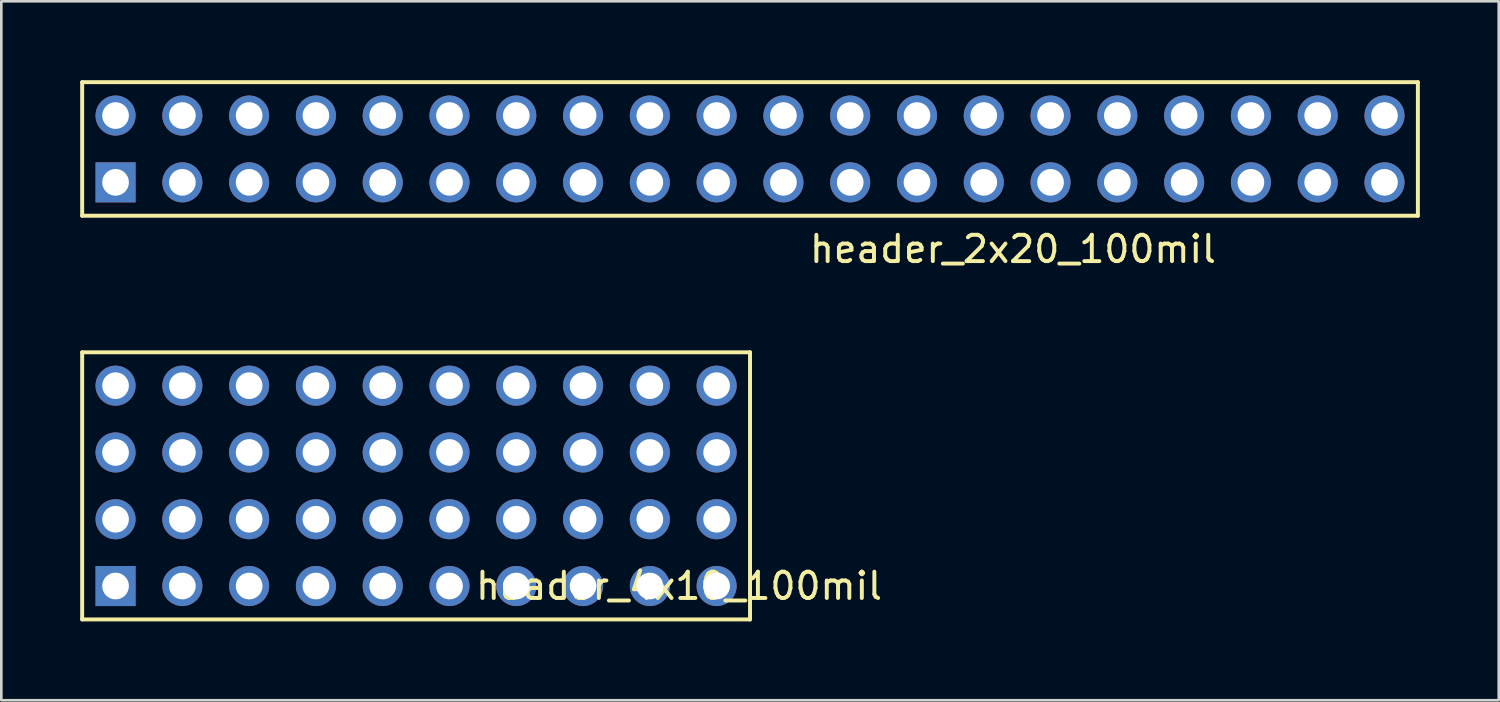
<source format=kicad_pcb>
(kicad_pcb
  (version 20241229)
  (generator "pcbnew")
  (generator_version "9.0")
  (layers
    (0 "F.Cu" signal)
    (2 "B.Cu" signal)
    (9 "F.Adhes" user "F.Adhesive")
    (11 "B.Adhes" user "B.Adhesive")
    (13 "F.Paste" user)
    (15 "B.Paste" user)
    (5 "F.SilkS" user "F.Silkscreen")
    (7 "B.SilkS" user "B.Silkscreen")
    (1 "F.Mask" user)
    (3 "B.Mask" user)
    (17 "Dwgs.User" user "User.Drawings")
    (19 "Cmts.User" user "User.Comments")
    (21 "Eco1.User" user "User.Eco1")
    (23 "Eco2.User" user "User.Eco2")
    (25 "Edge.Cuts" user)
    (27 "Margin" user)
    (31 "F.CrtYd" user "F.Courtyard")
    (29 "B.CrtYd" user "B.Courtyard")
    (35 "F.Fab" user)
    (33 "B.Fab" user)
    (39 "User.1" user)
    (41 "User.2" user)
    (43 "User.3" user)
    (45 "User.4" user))
  (footprint "header_2x20_100mil"
    (layer "F.Cu")
    (at 25.475 2.615)
    (property "Reference" "header_2x20_100mil" (at 10 3.81 0) (layer "F.SilkS") (effects (font (size 1 1) (thickness 0.15))))
    (attr through_hole)
    (fp_line (start -25.4 -2.54) (end 25.4 -2.54) (stroke (width 0.15) (type solid)) (layer "F.SilkS"))
    (fp_line (start -25.4 2.54) (end -25.4 -2.54) (stroke (width 0.15) (type solid)) (layer "F.SilkS"))
    (fp_line (start 25.4 2.54) (end -25.4 2.54) (stroke (width 0.15) (type solid)) (layer "F.SilkS"))
    (fp_line (start 25.4 2.54) (end 25.4 -2.54) (stroke (width 0.15) (type solid)) (layer "F.SilkS"))
    (pad "1" thru_hole rect (at -24.13 1.27) (size 1.524 1.524) (drill 1.016) (layers "*.Cu" "*.Mask"))
    (pad "2" thru_hole circle (at -24.13 -1.27) (size 1.524 1.524) (drill 1.016) (layers "*.Cu" "*.Mask"))
    (pad "3" thru_hole circle (at -21.59 1.27) (size 1.524 1.524) (drill 1.016) (layers "*.Cu" "*.Mask"))
    (pad "4" thru_hole circle (at -21.59 -1.27) (size 1.524 1.524) (drill 1.016) (layers "*.Cu" "*.Mask"))
    (pad "5" thru_hole circle (at -19.05 1.27) (size 1.524 1.524) (drill 1.016) (layers "*.Cu" "*.Mask"))
    (pad "6" thru_hole circle (at -19.05 -1.27) (size 1.524 1.524) (drill 1.016) (layers "*.Cu" "*.Mask"))
    (pad "7" thru_hole circle (at -16.51 1.27) (size 1.524 1.524) (drill 1.016) (layers "*.Cu" "*.Mask"))
    (pad "8" thru_hole circle (at -16.51 -1.27) (size 1.524 1.524) (drill 1.016) (layers "*.Cu" "*.Mask"))
    (pad "9" thru_hole circle (at -13.97 1.27) (size 1.524 1.524) (drill 1.016) (layers "*.Cu" "*.Mask"))
    (pad "10" thru_hole circle (at -13.97 -1.27) (size 1.524 1.524) (drill 1.016) (layers "*.Cu" "*.Mask"))
    (pad "11" thru_hole circle (at -11.43 1.27) (size 1.524 1.524) (drill 1.016) (layers "*.Cu" "*.Mask"))
    (pad "12" thru_hole circle (at -11.43 -1.27) (size 1.524 1.524) (drill 1.016) (layers "*.Cu" "*.Mask"))
    (pad "13" thru_hole circle (at -8.89 1.27) (size 1.524 1.524) (drill 1.016) (layers "*.Cu" "*.Mask"))
    (pad "14" thru_hole circle (at -8.89 -1.27) (size 1.524 1.524) (drill 1.016) (layers "*.Cu" "*.Mask"))
    (pad "15" thru_hole circle (at -6.35 1.27) (size 1.524 1.524) (drill 1.016) (layers "*.Cu" "*.Mask"))
    (pad "16" thru_hole circle (at -6.35 -1.27) (size 1.524 1.524) (drill 1.016) (layers "*.Cu" "*.Mask"))
    (pad "17" thru_hole circle (at -3.81 1.27) (size 1.524 1.524) (drill 1.016) (layers "*.Cu" "*.Mask"))
    (pad "18" thru_hole circle (at -3.81 -1.27) (size 1.524 1.524) (drill 1.016) (layers "*.Cu" "*.Mask"))
    (pad "19" thru_hole circle (at -1.27 1.27) (size 1.524 1.524) (drill 1.016) (layers "*.Cu" "*.Mask"))
    (pad "20" thru_hole circle (at -1.27 -1.27) (size 1.524 1.524) (drill 1.016) (layers "*.Cu" "*.Mask"))
    (pad "21" thru_hole circle (at 1.27 1.27) (size 1.524 1.524) (drill 1.016) (layers "*.Cu" "*.Mask"))
    (pad "22" thru_hole circle (at 1.27 -1.27) (size 1.524 1.524) (drill 1.016) (layers "*.Cu" "*.Mask"))
    (pad "23" thru_hole circle (at 3.81 1.27) (size 1.524 1.524) (drill 1.016) (layers "*.Cu" "*.Mask"))
    (pad "24" thru_hole circle (at 3.81 -1.27) (size 1.524 1.524) (drill 1.016) (layers "*.Cu" "*.Mask"))
    (pad "25" thru_hole circle (at 6.35 1.27) (size 1.524 1.524) (drill 1.016) (layers "*.Cu" "*.Mask"))
    (pad "26" thru_hole circle (at 6.35 -1.27) (size 1.524 1.524) (drill 1.016) (layers "*.Cu" "*.Mask"))
    (pad "27" thru_hole circle (at 8.89 1.27) (size 1.524 1.524) (drill 1.016) (layers "*.Cu" "*.Mask"))
    (pad "28" thru_hole circle (at 8.89 -1.27) (size 1.524 1.524) (drill 1.016) (layers "*.Cu" "*.Mask"))
    (pad "29" thru_hole circle (at 11.43 1.27) (size 1.524 1.524) (drill 1.016) (layers "*.Cu" "*.Mask"))
    (pad "30" thru_hole circle (at 11.43 -1.27) (size 1.524 1.524) (drill 1.016) (layers "*.Cu" "*.Mask"))
    (pad "31" thru_hole circle (at 13.97 1.27) (size 1.524 1.524) (drill 1.016) (layers "*.Cu" "*.Mask"))
    (pad "32" thru_hole circle (at 13.97 -1.27) (size 1.524 1.524) (drill 1.016) (layers "*.Cu" "*.Mask"))
    (pad "33" thru_hole circle (at 16.51 1.27) (size 1.524 1.524) (drill 1.016) (layers "*.Cu" "*.Mask"))
    (pad "34" thru_hole circle (at 16.51 -1.27) (size 1.524 1.524) (drill 1.016) (layers "*.Cu" "*.Mask"))
    (pad "35" thru_hole circle (at 19.05 1.27) (size 1.524 1.524) (drill 1.016) (layers "*.Cu" "*.Mask"))
    (pad "36" thru_hole circle (at 19.05 -1.27) (size 1.524 1.524) (drill 1.016) (layers "*.Cu" "*.Mask"))
    (pad "37" thru_hole circle (at 21.59 1.27) (size 1.524 1.524) (drill 1.016) (layers "*.Cu" "*.Mask"))
    (pad "38" thru_hole circle (at 21.59 -1.27) (size 1.524 1.524) (drill 1.016) (layers "*.Cu" "*.Mask"))
    (pad "39" thru_hole circle (at 24.13 1.27) (size 1.524 1.524) (drill 1.016) (layers "*.Cu" "*.Mask"))
    (pad "40" thru_hole circle (at 24.13 -1.27) (size 1.524 1.524) (drill 1.016) (layers "*.Cu" "*.Mask")))
  (footprint "header_4x10_100mil"
    (layer "F.Cu")
    (at 12.775 15.428)
    (property "Reference" "header_4x10_100mil" (at 10 3.81 0) (layer "F.SilkS") (effects (font (size 1 1) (thickness 0.15))))
    (attr through_hole)
    (fp_line (start -12.7 -5.08) (end 12.7 -5.08) (stroke (width 0.15) (type solid)) (layer "F.SilkS"))
    (fp_line (start -12.7 5.08) (end -12.7 -5.08) (stroke (width 0.15) (type solid)) (layer "F.SilkS"))
    (fp_line (start 12.7 5.08) (end -12.7 5.08) (stroke (width 0.15) (type solid)) (layer "F.SilkS"))
    (fp_line (start 12.7 5.08) (end 12.7 -5.08) (stroke (width 0.15) (type solid)) (layer "F.SilkS"))
    (pad "1" thru_hole rect (at -11.43 3.81) (size 1.524 1.524) (drill 1.016) (layers "*.Cu" "*.Mask"))
    (pad "2" thru_hole circle (at -11.43 1.27) (size 1.524 1.524) (drill 1.016) (layers "*.Cu" "*.Mask"))
    (pad "3" thru_hole circle (at -11.43 -1.27) (size 1.524 1.524) (drill 1.016) (layers "*.Cu" "*.Mask"))
    (pad "4" thru_hole circle (at -11.43 -3.81) (size 1.524 1.524) (drill 1.016) (layers "*.Cu" "*.Mask"))
    (pad "5" thru_hole circle (at -8.89 3.81) (size 1.524 1.524) (drill 1.016) (layers "*.Cu" "*.Mask"))
    (pad "6" thru_hole circle (at -8.89 1.27) (size 1.524 1.524) (drill 1.016) (layers "*.Cu" "*.Mask"))
    (pad "7" thru_hole circle (at -8.89 -1.27) (size 1.524 1.524) (drill 1.016) (layers "*.Cu" "*.Mask"))
    (pad "8" thru_hole circle (at -8.89 -3.81) (size 1.524 1.524) (drill 1.016) (layers "*.Cu" "*.Mask"))
    (pad "9" thru_hole circle (at -6.35 3.81) (size 1.524 1.524) (drill 1.016) (layers "*.Cu" "*.Mask"))
    (pad "10" thru_hole circle (at -6.35 1.27) (size 1.524 1.524) (drill 1.016) (layers "*.Cu" "*.Mask"))
    (pad "11" thru_hole circle (at -6.35 -1.27) (size 1.524 1.524) (drill 1.016) (layers "*.Cu" "*.Mask"))
    (pad "12" thru_hole circle (at -6.35 -3.81) (size 1.524 1.524) (drill 1.016) (layers "*.Cu" "*.Mask"))
    (pad "13" thru_hole circle (at -3.81 3.81) (size 1.524 1.524) (drill 1.016) (layers "*.Cu" "*.Mask"))
    (pad "14" thru_hole circle (at -3.81 1.27) (size 1.524 1.524) (drill 1.016) (layers "*.Cu" "*.Mask"))
    (pad "15" thru_hole circle (at -3.81 -1.27) (size 1.524 1.524) (drill 1.016) (layers "*.Cu" "*.Mask"))
    (pad "16" thru_hole circle (at -3.81 -3.81) (size 1.524 1.524) (drill 1.016) (layers "*.Cu" "*.Mask"))
    (pad "17" thru_hole circle (at -1.27 3.81) (size 1.524 1.524) (drill 1.016) (layers "*.Cu" "*.Mask"))
    (pad "18" thru_hole circle (at -1.27 1.27) (size 1.524 1.524) (drill 1.016) (layers "*.Cu" "*.Mask"))
    (pad "19" thru_hole circle (at -1.27 -1.27) (size 1.524 1.524) (drill 1.016) (layers "*.Cu" "*.Mask"))
    (pad "20" thru_hole circle (at -1.27 -3.81) (size 1.524 1.524) (drill 1.016) (layers "*.Cu" "*.Mask"))
    (pad "21" thru_hole circle (at 1.27 3.81) (size 1.524 1.524) (drill 1.016) (layers "*.Cu" "*.Mask"))
    (pad "22" thru_hole circle (at 1.27 1.27) (size 1.524 1.524) (drill 1.016) (layers "*.Cu" "*.Mask"))
    (pad "23" thru_hole circle (at 1.27 -1.27) (size 1.524 1.524) (drill 1.016) (layers "*.Cu" "*.Mask"))
    (pad "24" thru_hole circle (at 1.27 -3.81) (size 1.524 1.524) (drill 1.016) (layers "*.Cu" "*.Mask"))
    (pad "25" thru_hole circle (at 3.81 3.81) (size 1.524 1.524) (drill 1.016) (layers "*.Cu" "*.Mask"))
    (pad "26" thru_hole circle (at 3.81 1.27) (size 1.524 1.524) (drill 1.016) (layers "*.Cu" "*.Mask"))
    (pad "27" thru_hole circle (at 3.81 -1.27) (size 1.524 1.524) (drill 1.016) (layers "*.Cu" "*.Mask"))
    (pad "28" thru_hole circle (at 3.81 -3.81) (size 1.524 1.524) (drill 1.016) (layers "*.Cu" "*.Mask"))
    (pad "29" thru_hole circle (at 6.35 3.81) (size 1.524 1.524) (drill 1.016) (layers "*.Cu" "*.Mask"))
    (pad "30" thru_hole circle (at 6.35 1.27) (size 1.524 1.524) (drill 1.016) (layers "*.Cu" "*.Mask"))
    (pad "31" thru_hole circle (at 6.35 -1.27) (size 1.524 1.524) (drill 1.016) (layers "*.Cu" "*.Mask"))
    (pad "32" thru_hole circle (at 6.35 -3.81) (size 1.524 1.524) (drill 1.016) (layers "*.Cu" "*.Mask"))
    (pad "33" thru_hole circle (at 8.89 3.81) (size 1.524 1.524) (drill 1.016) (layers "*.Cu" "*.Mask"))
    (pad "34" thru_hole circle (at 8.89 1.27) (size 1.524 1.524) (drill 1.016) (layers "*.Cu" "*.Mask"))
    (pad "35" thru_hole circle (at 8.89 -1.27) (size 1.524 1.524) (drill 1.016) (layers "*.Cu" "*.Mask"))
    (pad "36" thru_hole circle (at 8.89 -3.81) (size 1.524 1.524) (drill 1.016) (layers "*.Cu" "*.Mask"))
    (pad "37" thru_hole circle (at 11.43 3.81) (size 1.524 1.524) (drill 1.016) (layers "*.Cu" "*.Mask"))
    (pad "38" thru_hole circle (at 11.43 1.27) (size 1.524 1.524) (drill 1.016) (layers "*.Cu" "*.Mask"))
    (pad "39" thru_hole circle (at 11.43 -1.27) (size 1.524 1.524) (drill 1.016) (layers "*.Cu" "*.Mask"))
    (pad "40" thru_hole circle (at 11.43 -3.81) (size 1.524 1.524) (drill 1.016) (layers "*.Cu" "*.Mask")))
  (gr_rect
    (start -3 -3)
    (end 53.95 23.583)
    (stroke (width 0.1) (type default))
    (fill no)
    (layer "Edge.Cuts")))
</source>
